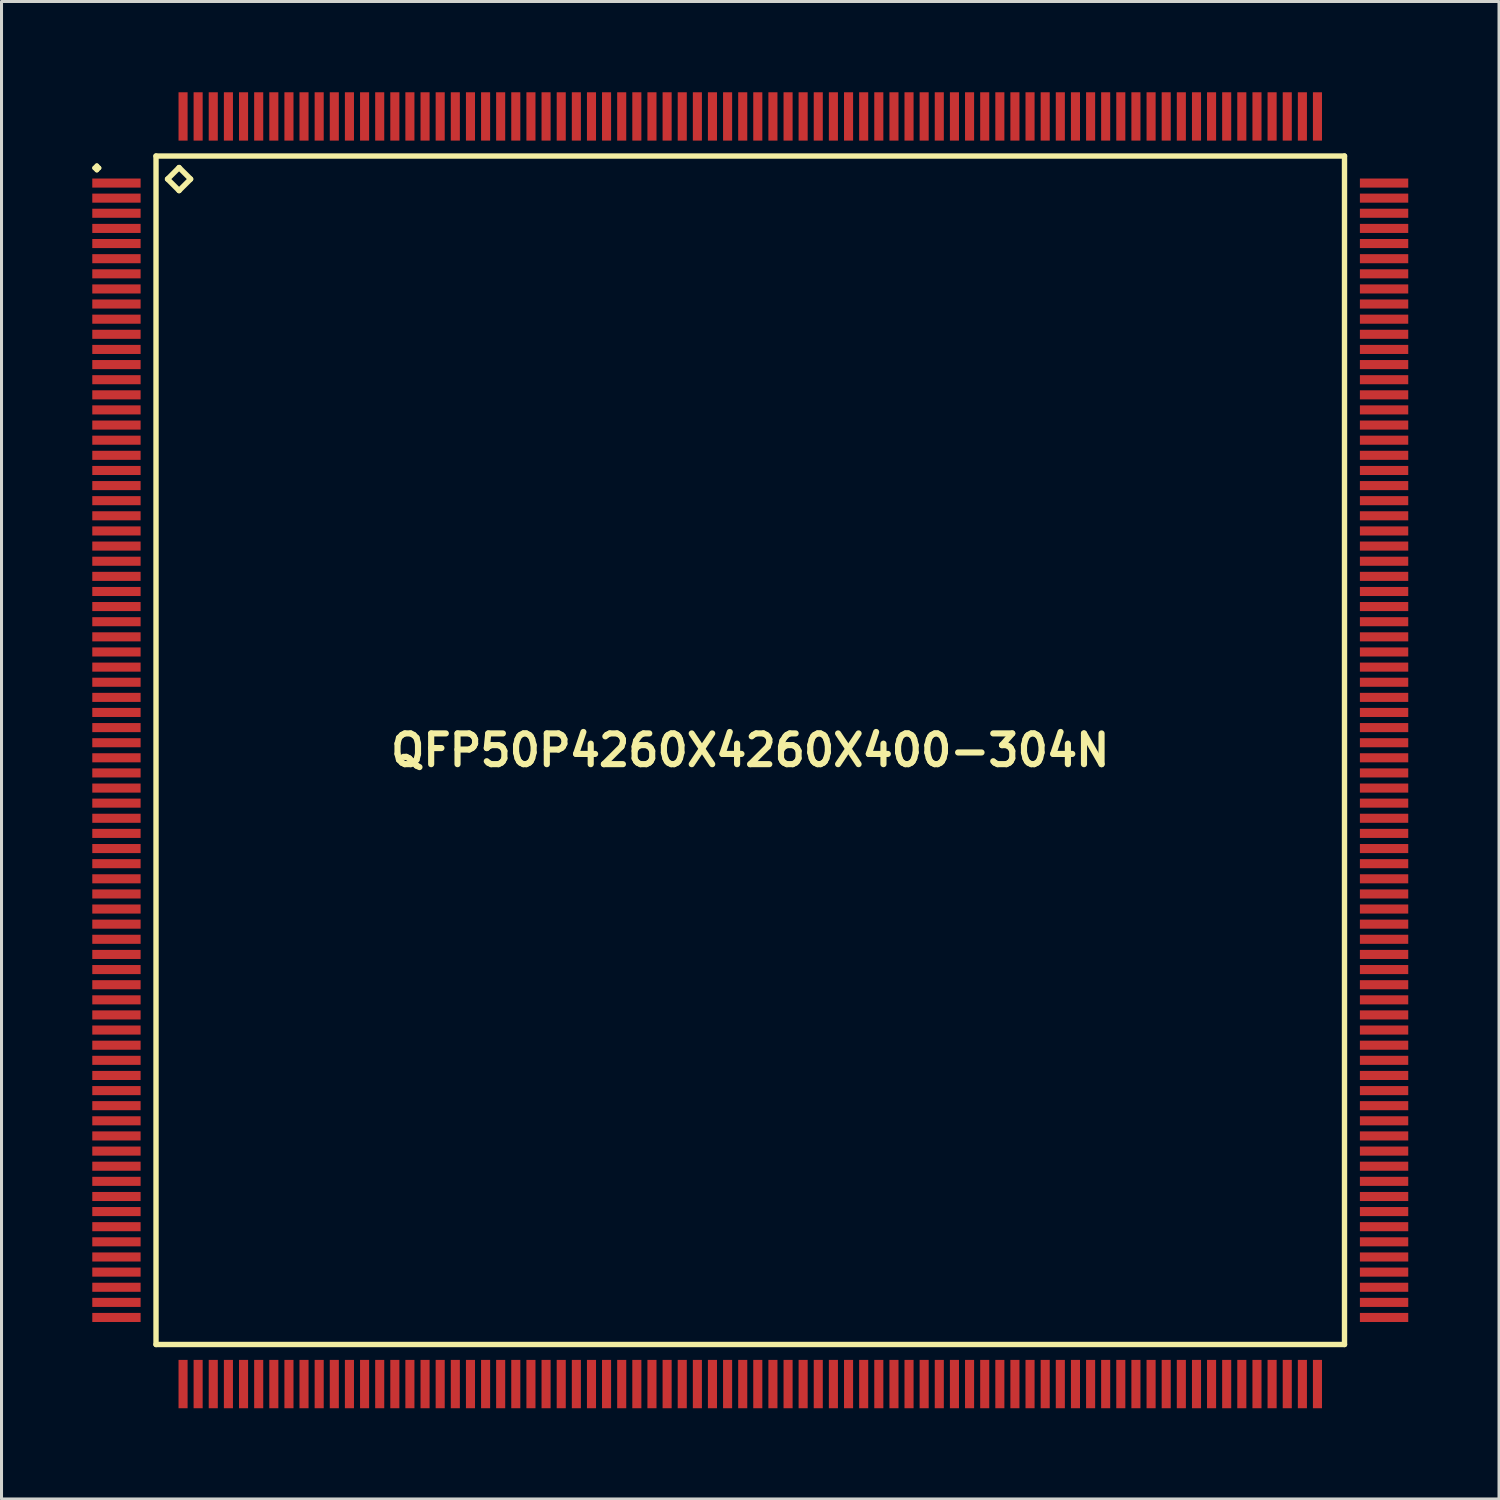
<source format=kicad_pcb>
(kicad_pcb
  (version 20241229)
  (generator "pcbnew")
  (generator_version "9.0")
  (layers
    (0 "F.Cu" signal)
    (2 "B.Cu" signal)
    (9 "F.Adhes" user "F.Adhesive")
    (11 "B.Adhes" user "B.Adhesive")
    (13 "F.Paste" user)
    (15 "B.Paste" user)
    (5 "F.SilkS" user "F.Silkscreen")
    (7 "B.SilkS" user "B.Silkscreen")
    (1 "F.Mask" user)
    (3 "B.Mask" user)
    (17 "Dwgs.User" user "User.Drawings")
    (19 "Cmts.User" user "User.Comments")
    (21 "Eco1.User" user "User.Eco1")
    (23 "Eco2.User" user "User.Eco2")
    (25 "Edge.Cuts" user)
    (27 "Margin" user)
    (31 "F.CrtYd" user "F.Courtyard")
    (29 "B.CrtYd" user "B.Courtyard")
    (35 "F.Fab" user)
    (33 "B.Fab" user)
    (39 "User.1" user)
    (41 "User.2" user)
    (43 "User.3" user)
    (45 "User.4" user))
  (footprint "QFP50P4260X4260X400-304N"
    (layer "F.Cu")
    (at 21.749 21.749)
    (property "Reference" "QFP50P4260X4260X400-304N" (at 0 0 0) (layer "F.SilkS") (effects (font (size 1.016 1.016) (thickness 0.203))))
    (attr smd)
    (fp_line (start -21.674 -19.248) (end -21.598 -19.324) (stroke (width 0.15) (type solid)) (layer "F.SilkS"))
    (fp_line (start -21.598 -19.324) (end -21.524 -19.248) (stroke (width 0.15) (type solid)) (layer "F.SilkS"))
    (fp_line (start -21.598 -19.174) (end -21.674 -19.248) (stroke (width 0.15) (type solid)) (layer "F.SilkS"))
    (fp_line (start -21.524 -19.248) (end -21.598 -19.174) (stroke (width 0.15) (type solid)) (layer "F.SilkS"))
    (fp_line (start -19.642 -19.642) (end -19.642 19.642) (stroke (width 0.178) (type solid)) (layer "F.SilkS"))
    (fp_line (start -19.642 19.642) (end 19.642 19.642) (stroke (width 0.178) (type solid)) (layer "F.SilkS"))
    (fp_line (start -19.261 -18.88) (end -18.88 -19.261) (stroke (width 0.178) (type solid)) (layer "F.SilkS"))
    (fp_line (start -18.88 -19.261) (end -18.499 -18.88) (stroke (width 0.178) (type solid)) (layer "F.SilkS"))
    (fp_line (start -18.88 -18.499) (end -19.261 -18.88) (stroke (width 0.178) (type solid)) (layer "F.SilkS"))
    (fp_line (start -18.499 -18.88) (end -18.88 -18.499) (stroke (width 0.178) (type solid)) (layer "F.SilkS"))
    (fp_line (start 19.642 -19.642) (end -19.642 -19.642) (stroke (width 0.178) (type solid)) (layer "F.SilkS"))
    (fp_line (start 19.642 19.642) (end 19.642 -19.642) (stroke (width 0.178) (type solid)) (layer "F.SilkS"))
    (pad "1" smd rect (at -20.95 -18.748) (size 1.598 0.3) (layers "F.Cu" "F.Mask" "F.Paste"))
    (pad "2" smd rect (at -20.95 -18.25) (size 1.598 0.3) (layers "F.Cu" "F.Mask" "F.Paste"))
    (pad "3" smd rect (at -20.95 -17.75) (size 1.598 0.3) (layers "F.Cu" "F.Mask" "F.Paste"))
    (pad "4" smd rect (at -20.95 -17.249) (size 1.598 0.3) (layers "F.Cu" "F.Mask" "F.Paste"))
    (pad "5" smd rect (at -20.95 -16.749) (size 1.598 0.3) (layers "F.Cu" "F.Mask" "F.Paste"))
    (pad "6" smd rect (at -20.95 -16.248) (size 1.598 0.3) (layers "F.Cu" "F.Mask" "F.Paste"))
    (pad "7" smd rect (at -20.95 -15.748) (size 1.598 0.3) (layers "F.Cu" "F.Mask" "F.Paste"))
    (pad "8" smd rect (at -20.95 -15.248) (size 1.598 0.3) (layers "F.Cu" "F.Mask" "F.Paste"))
    (pad "9" smd rect (at -20.95 -14.75) (size 1.598 0.3) (layers "F.Cu" "F.Mask" "F.Paste"))
    (pad "10" smd rect (at -20.95 -14.249) (size 1.598 0.3) (layers "F.Cu" "F.Mask" "F.Paste"))
    (pad "11" smd rect (at -20.95 -13.749) (size 1.598 0.3) (layers "F.Cu" "F.Mask" "F.Paste"))
    (pad "12" smd rect (at -20.95 -13.249) (size 1.598 0.3) (layers "F.Cu" "F.Mask" "F.Paste"))
    (pad "13" smd rect (at -20.95 -12.748) (size 1.598 0.3) (layers "F.Cu" "F.Mask" "F.Paste"))
    (pad "14" smd rect (at -20.95 -12.248) (size 1.598 0.3) (layers "F.Cu" "F.Mask" "F.Paste"))
    (pad "15" smd rect (at -20.95 -11.748) (size 1.598 0.3) (layers "F.Cu" "F.Mask" "F.Paste"))
    (pad "16" smd rect (at -20.95 -11.25) (size 1.598 0.3) (layers "F.Cu" "F.Mask" "F.Paste"))
    (pad "17" smd rect (at -20.95 -10.749) (size 1.598 0.3) (layers "F.Cu" "F.Mask" "F.Paste"))
    (pad "18" smd rect (at -20.95 -10.249) (size 1.598 0.3) (layers "F.Cu" "F.Mask" "F.Paste"))
    (pad "19" smd rect (at -20.95 -9.749) (size 1.598 0.3) (layers "F.Cu" "F.Mask" "F.Paste"))
    (pad "20" smd rect (at -20.95 -9.248) (size 1.598 0.3) (layers "F.Cu" "F.Mask" "F.Paste"))
    (pad "21" smd rect (at -20.95 -8.748) (size 1.598 0.3) (layers "F.Cu" "F.Mask" "F.Paste"))
    (pad "22" smd rect (at -20.95 -8.25) (size 1.598 0.3) (layers "F.Cu" "F.Mask" "F.Paste"))
    (pad "23" smd rect (at -20.95 -7.75) (size 1.598 0.3) (layers "F.Cu" "F.Mask" "F.Paste"))
    (pad "24" smd rect (at -20.95 -7.249) (size 1.598 0.3) (layers "F.Cu" "F.Mask" "F.Paste"))
    (pad "25" smd rect (at -20.95 -6.749) (size 1.598 0.3) (layers "F.Cu" "F.Mask" "F.Paste"))
    (pad "26" smd rect (at -20.95 -6.248) (size 1.598 0.3) (layers "F.Cu" "F.Mask" "F.Paste"))
    (pad "27" smd rect (at -20.95 -5.748) (size 1.598 0.3) (layers "F.Cu" "F.Mask" "F.Paste"))
    (pad "28" smd rect (at -20.95 -5.248) (size 1.598 0.3) (layers "F.Cu" "F.Mask" "F.Paste"))
    (pad "29" smd rect (at -20.95 -4.75) (size 1.598 0.3) (layers "F.Cu" "F.Mask" "F.Paste"))
    (pad "30" smd rect (at -20.95 -4.249) (size 1.598 0.3) (layers "F.Cu" "F.Mask" "F.Paste"))
    (pad "31" smd rect (at -20.95 -3.749) (size 1.598 0.3) (layers "F.Cu" "F.Mask" "F.Paste"))
    (pad "32" smd rect (at -20.95 -3.249) (size 1.598 0.3) (layers "F.Cu" "F.Mask" "F.Paste"))
    (pad "33" smd rect (at -20.95 -2.748) (size 1.598 0.3) (layers "F.Cu" "F.Mask" "F.Paste"))
    (pad "34" smd rect (at -20.95 -2.248) (size 1.598 0.3) (layers "F.Cu" "F.Mask" "F.Paste"))
    (pad "35" smd rect (at -20.95 -1.748) (size 1.598 0.3) (layers "F.Cu" "F.Mask" "F.Paste"))
    (pad "36" smd rect (at -20.95 -1.25) (size 1.598 0.3) (layers "F.Cu" "F.Mask" "F.Paste"))
    (pad "37" smd rect (at -20.95 -0.749) (size 1.598 0.3) (layers "F.Cu" "F.Mask" "F.Paste"))
    (pad "38" smd rect (at -20.95 -0.249) (size 1.598 0.3) (layers "F.Cu" "F.Mask" "F.Paste"))
    (pad "39" smd rect (at -20.95 0.249) (size 1.598 0.3) (layers "F.Cu" "F.Mask" "F.Paste"))
    (pad "40" smd rect (at -20.95 0.749) (size 1.598 0.3) (layers "F.Cu" "F.Mask" "F.Paste"))
    (pad "41" smd rect (at -20.95 1.25) (size 1.598 0.3) (layers "F.Cu" "F.Mask" "F.Paste"))
    (pad "42" smd rect (at -20.95 1.748) (size 1.598 0.3) (layers "F.Cu" "F.Mask" "F.Paste"))
    (pad "43" smd rect (at -20.95 2.248) (size 1.598 0.3) (layers "F.Cu" "F.Mask" "F.Paste"))
    (pad "44" smd rect (at -20.95 2.748) (size 1.598 0.3) (layers "F.Cu" "F.Mask" "F.Paste"))
    (pad "45" smd rect (at -20.95 3.249) (size 1.598 0.3) (layers "F.Cu" "F.Mask" "F.Paste"))
    (pad "46" smd rect (at -20.95 3.749) (size 1.598 0.3) (layers "F.Cu" "F.Mask" "F.Paste"))
    (pad "47" smd rect (at -20.95 4.249) (size 1.598 0.3) (layers "F.Cu" "F.Mask" "F.Paste"))
    (pad "48" smd rect (at -20.95 4.75) (size 1.598 0.3) (layers "F.Cu" "F.Mask" "F.Paste"))
    (pad "49" smd rect (at -20.95 5.248) (size 1.598 0.3) (layers "F.Cu" "F.Mask" "F.Paste"))
    (pad "50" smd rect (at -20.95 5.748) (size 1.598 0.3) (layers "F.Cu" "F.Mask" "F.Paste"))
    (pad "51" smd rect (at -20.95 6.248) (size 1.598 0.3) (layers "F.Cu" "F.Mask" "F.Paste"))
    (pad "52" smd rect (at -20.95 6.749) (size 1.598 0.3) (layers "F.Cu" "F.Mask" "F.Paste"))
    (pad "53" smd rect (at -20.95 7.249) (size 1.598 0.3) (layers "F.Cu" "F.Mask" "F.Paste"))
    (pad "54" smd rect (at -20.95 7.75) (size 1.598 0.3) (layers "F.Cu" "F.Mask" "F.Paste"))
    (pad "55" smd rect (at -20.95 8.25) (size 1.598 0.3) (layers "F.Cu" "F.Mask" "F.Paste"))
    (pad "56" smd rect (at -20.95 8.748) (size 1.598 0.3) (layers "F.Cu" "F.Mask" "F.Paste"))
    (pad "57" smd rect (at -20.95 9.248) (size 1.598 0.3) (layers "F.Cu" "F.Mask" "F.Paste"))
    (pad "58" smd rect (at -20.95 9.749) (size 1.598 0.3) (layers "F.Cu" "F.Mask" "F.Paste"))
    (pad "59" smd rect (at -20.95 10.249) (size 1.598 0.3) (layers "F.Cu" "F.Mask" "F.Paste"))
    (pad "60" smd rect (at -20.95 10.749) (size 1.598 0.3) (layers "F.Cu" "F.Mask" "F.Paste"))
    (pad "61" smd rect (at -20.95 11.25) (size 1.598 0.3) (layers "F.Cu" "F.Mask" "F.Paste"))
    (pad "62" smd rect (at -20.95 11.748) (size 1.598 0.3) (layers "F.Cu" "F.Mask" "F.Paste"))
    (pad "63" smd rect (at -20.95 12.248) (size 1.598 0.3) (layers "F.Cu" "F.Mask" "F.Paste"))
    (pad "64" smd rect (at -20.95 12.748) (size 1.598 0.3) (layers "F.Cu" "F.Mask" "F.Paste"))
    (pad "65" smd rect (at -20.95 13.249) (size 1.598 0.3) (layers "F.Cu" "F.Mask" "F.Paste"))
    (pad "66" smd rect (at -20.95 13.749) (size 1.598 0.3) (layers "F.Cu" "F.Mask" "F.Paste"))
    (pad "67" smd rect (at -20.95 14.249) (size 1.598 0.3) (layers "F.Cu" "F.Mask" "F.Paste"))
    (pad "68" smd rect (at -20.95 14.75) (size 1.598 0.3) (layers "F.Cu" "F.Mask" "F.Paste"))
    (pad "69" smd rect (at -20.95 15.248) (size 1.598 0.3) (layers "F.Cu" "F.Mask" "F.Paste"))
    (pad "70" smd rect (at -20.95 15.748) (size 1.598 0.3) (layers "F.Cu" "F.Mask" "F.Paste"))
    (pad "71" smd rect (at -20.95 16.248) (size 1.598 0.3) (layers "F.Cu" "F.Mask" "F.Paste"))
    (pad "72" smd rect (at -20.95 16.749) (size 1.598 0.3) (layers "F.Cu" "F.Mask" "F.Paste"))
    (pad "73" smd rect (at -20.95 17.249) (size 1.598 0.3) (layers "F.Cu" "F.Mask" "F.Paste"))
    (pad "74" smd rect (at -20.95 17.75) (size 1.598 0.3) (layers "F.Cu" "F.Mask" "F.Paste"))
    (pad "75" smd rect (at -20.95 18.25) (size 1.598 0.3) (layers "F.Cu" "F.Mask" "F.Paste"))
    (pad "76" smd rect (at -20.95 18.748) (size 1.598 0.3) (layers "F.Cu" "F.Mask" "F.Paste"))
    (pad "77" smd rect (at -18.748 20.95) (size 0.3 1.598) (layers "F.Cu" "F.Mask" "F.Paste"))
    (pad "78" smd rect (at -18.25 20.95) (size 0.3 1.598) (layers "F.Cu" "F.Mask" "F.Paste"))
    (pad "79" smd rect (at -17.75 20.95) (size 0.3 1.598) (layers "F.Cu" "F.Mask" "F.Paste"))
    (pad "80" smd rect (at -17.249 20.95) (size 0.3 1.598) (layers "F.Cu" "F.Mask" "F.Paste"))
    (pad "81" smd rect (at -16.749 20.95) (size 0.3 1.598) (layers "F.Cu" "F.Mask" "F.Paste"))
    (pad "82" smd rect (at -16.248 20.95) (size 0.3 1.598) (layers "F.Cu" "F.Mask" "F.Paste"))
    (pad "83" smd rect (at -15.748 20.95) (size 0.3 1.598) (layers "F.Cu" "F.Mask" "F.Paste"))
    (pad "84" smd rect (at -15.248 20.95) (size 0.3 1.598) (layers "F.Cu" "F.Mask" "F.Paste"))
    (pad "85" smd rect (at -14.75 20.95) (size 0.3 1.598) (layers "F.Cu" "F.Mask" "F.Paste"))
    (pad "86" smd rect (at -14.249 20.95) (size 0.3 1.598) (layers "F.Cu" "F.Mask" "F.Paste"))
    (pad "87" smd rect (at -13.749 20.95) (size 0.3 1.598) (layers "F.Cu" "F.Mask" "F.Paste"))
    (pad "88" smd rect (at -13.249 20.95) (size 0.3 1.598) (layers "F.Cu" "F.Mask" "F.Paste"))
    (pad "89" smd rect (at -12.748 20.95) (size 0.3 1.598) (layers "F.Cu" "F.Mask" "F.Paste"))
    (pad "90" smd rect (at -12.248 20.95) (size 0.3 1.598) (layers "F.Cu" "F.Mask" "F.Paste"))
    (pad "91" smd rect (at -11.748 20.95) (size 0.3 1.598) (layers "F.Cu" "F.Mask" "F.Paste"))
    (pad "92" smd rect (at -11.25 20.95) (size 0.3 1.598) (layers "F.Cu" "F.Mask" "F.Paste"))
    (pad "93" smd rect (at -10.749 20.95) (size 0.3 1.598) (layers "F.Cu" "F.Mask" "F.Paste"))
    (pad "94" smd rect (at -10.249 20.95) (size 0.3 1.598) (layers "F.Cu" "F.Mask" "F.Paste"))
    (pad "95" smd rect (at -9.749 20.95) (size 0.3 1.598) (layers "F.Cu" "F.Mask" "F.Paste"))
    (pad "96" smd rect (at -9.248 20.95) (size 0.3 1.598) (layers "F.Cu" "F.Mask" "F.Paste"))
    (pad "97" smd rect (at -8.748 20.95) (size 0.3 1.598) (layers "F.Cu" "F.Mask" "F.Paste"))
    (pad "98" smd rect (at -8.25 20.95) (size 0.3 1.598) (layers "F.Cu" "F.Mask" "F.Paste"))
    (pad "99" smd rect (at -7.75 20.95) (size 0.3 1.598) (layers "F.Cu" "F.Mask" "F.Paste"))
    (pad "100" smd rect (at -7.249 20.95) (size 0.3 1.598) (layers "F.Cu" "F.Mask" "F.Paste"))
    (pad "101" smd rect (at -6.749 20.95) (size 0.3 1.598) (layers "F.Cu" "F.Mask" "F.Paste"))
    (pad "102" smd rect (at -6.248 20.95) (size 0.3 1.598) (layers "F.Cu" "F.Mask" "F.Paste"))
    (pad "103" smd rect (at -5.748 20.95) (size 0.3 1.598) (layers "F.Cu" "F.Mask" "F.Paste"))
    (pad "104" smd rect (at -5.248 20.95) (size 0.3 1.598) (layers "F.Cu" "F.Mask" "F.Paste"))
    (pad "105" smd rect (at -4.75 20.95) (size 0.3 1.598) (layers "F.Cu" "F.Mask" "F.Paste"))
    (pad "106" smd rect (at -4.249 20.95) (size 0.3 1.598) (layers "F.Cu" "F.Mask" "F.Paste"))
    (pad "107" smd rect (at -3.749 20.95) (size 0.3 1.598) (layers "F.Cu" "F.Mask" "F.Paste"))
    (pad "108" smd rect (at -3.249 20.95) (size 0.3 1.598) (layers "F.Cu" "F.Mask" "F.Paste"))
    (pad "109" smd rect (at -2.748 20.95) (size 0.3 1.598) (layers "F.Cu" "F.Mask" "F.Paste"))
    (pad "110" smd rect (at -2.248 20.95) (size 0.3 1.598) (layers "F.Cu" "F.Mask" "F.Paste"))
    (pad "111" smd rect (at -1.748 20.95) (size 0.3 1.598) (layers "F.Cu" "F.Mask" "F.Paste"))
    (pad "112" smd rect (at -1.25 20.95) (size 0.3 1.598) (layers "F.Cu" "F.Mask" "F.Paste"))
    (pad "113" smd rect (at -0.749 20.95) (size 0.3 1.598) (layers "F.Cu" "F.Mask" "F.Paste"))
    (pad "114" smd rect (at -0.249 20.95) (size 0.3 1.598) (layers "F.Cu" "F.Mask" "F.Paste"))
    (pad "115" smd rect (at 0.249 20.95) (size 0.3 1.598) (layers "F.Cu" "F.Mask" "F.Paste"))
    (pad "116" smd rect (at 0.749 20.95) (size 0.3 1.598) (layers "F.Cu" "F.Mask" "F.Paste"))
    (pad "117" smd rect (at 1.25 20.95) (size 0.3 1.598) (layers "F.Cu" "F.Mask" "F.Paste"))
    (pad "118" smd rect (at 1.748 20.95) (size 0.3 1.598) (layers "F.Cu" "F.Mask" "F.Paste"))
    (pad "119" smd rect (at 2.248 20.95) (size 0.3 1.598) (layers "F.Cu" "F.Mask" "F.Paste"))
    (pad "120" smd rect (at 2.748 20.95) (size 0.3 1.598) (layers "F.Cu" "F.Mask" "F.Paste"))
    (pad "121" smd rect (at 3.249 20.95) (size 0.3 1.598) (layers "F.Cu" "F.Mask" "F.Paste"))
    (pad "122" smd rect (at 3.749 20.95) (size 0.3 1.598) (layers "F.Cu" "F.Mask" "F.Paste"))
    (pad "123" smd rect (at 4.249 20.95) (size 0.3 1.598) (layers "F.Cu" "F.Mask" "F.Paste"))
    (pad "124" smd rect (at 4.75 20.95) (size 0.3 1.598) (layers "F.Cu" "F.Mask" "F.Paste"))
    (pad "125" smd rect (at 5.248 20.95) (size 0.3 1.598) (layers "F.Cu" "F.Mask" "F.Paste"))
    (pad "126" smd rect (at 5.748 20.95) (size 0.3 1.598) (layers "F.Cu" "F.Mask" "F.Paste"))
    (pad "127" smd rect (at 6.248 20.95) (size 0.3 1.598) (layers "F.Cu" "F.Mask" "F.Paste"))
    (pad "128" smd rect (at 6.749 20.95) (size 0.3 1.598) (layers "F.Cu" "F.Mask" "F.Paste"))
    (pad "129" smd rect (at 7.249 20.95) (size 0.3 1.598) (layers "F.Cu" "F.Mask" "F.Paste"))
    (pad "130" smd rect (at 7.75 20.95) (size 0.3 1.598) (layers "F.Cu" "F.Mask" "F.Paste"))
    (pad "131" smd rect (at 8.25 20.95) (size 0.3 1.598) (layers "F.Cu" "F.Mask" "F.Paste"))
    (pad "132" smd rect (at 8.748 20.95) (size 0.3 1.598) (layers "F.Cu" "F.Mask" "F.Paste"))
    (pad "133" smd rect (at 9.248 20.95) (size 0.3 1.598) (layers "F.Cu" "F.Mask" "F.Paste"))
    (pad "134" smd rect (at 9.749 20.95) (size 0.3 1.598) (layers "F.Cu" "F.Mask" "F.Paste"))
    (pad "135" smd rect (at 10.249 20.95) (size 0.3 1.598) (layers "F.Cu" "F.Mask" "F.Paste"))
    (pad "136" smd rect (at 10.749 20.95) (size 0.3 1.598) (layers "F.Cu" "F.Mask" "F.Paste"))
    (pad "137" smd rect (at 11.25 20.95) (size 0.3 1.598) (layers "F.Cu" "F.Mask" "F.Paste"))
    (pad "138" smd rect (at 11.748 20.95) (size 0.3 1.598) (layers "F.Cu" "F.Mask" "F.Paste"))
    (pad "139" smd rect (at 12.248 20.95) (size 0.3 1.598) (layers "F.Cu" "F.Mask" "F.Paste"))
    (pad "140" smd rect (at 12.748 20.95) (size 0.3 1.598) (layers "F.Cu" "F.Mask" "F.Paste"))
    (pad "141" smd rect (at 13.249 20.95) (size 0.3 1.598) (layers "F.Cu" "F.Mask" "F.Paste"))
    (pad "142" smd rect (at 13.749 20.95) (size 0.3 1.598) (layers "F.Cu" "F.Mask" "F.Paste"))
    (pad "143" smd rect (at 14.249 20.95) (size 0.3 1.598) (layers "F.Cu" "F.Mask" "F.Paste"))
    (pad "144" smd rect (at 14.75 20.95) (size 0.3 1.598) (layers "F.Cu" "F.Mask" "F.Paste"))
    (pad "145" smd rect (at 15.248 20.95) (size 0.3 1.598) (layers "F.Cu" "F.Mask" "F.Paste"))
    (pad "146" smd rect (at 15.748 20.95) (size 0.3 1.598) (layers "F.Cu" "F.Mask" "F.Paste"))
    (pad "147" smd rect (at 16.248 20.95) (size 0.3 1.598) (layers "F.Cu" "F.Mask" "F.Paste"))
    (pad "148" smd rect (at 16.749 20.95) (size 0.3 1.598) (layers "F.Cu" "F.Mask" "F.Paste"))
    (pad "149" smd rect (at 17.249 20.95) (size 0.3 1.598) (layers "F.Cu" "F.Mask" "F.Paste"))
    (pad "150" smd rect (at 17.75 20.95) (size 0.3 1.598) (layers "F.Cu" "F.Mask" "F.Paste"))
    (pad "151" smd rect (at 18.25 20.95) (size 0.3 1.598) (layers "F.Cu" "F.Mask" "F.Paste"))
    (pad "152" smd rect (at 18.748 20.95) (size 0.3 1.598) (layers "F.Cu" "F.Mask" "F.Paste"))
    (pad "153" smd rect (at 20.95 18.748) (size 1.598 0.3) (layers "F.Cu" "F.Mask" "F.Paste"))
    (pad "154" smd rect (at 20.95 18.25) (size 1.598 0.3) (layers "F.Cu" "F.Mask" "F.Paste"))
    (pad "155" smd rect (at 20.95 17.75) (size 1.598 0.3) (layers "F.Cu" "F.Mask" "F.Paste"))
    (pad "156" smd rect (at 20.95 17.249) (size 1.598 0.3) (layers "F.Cu" "F.Mask" "F.Paste"))
    (pad "157" smd rect (at 20.95 16.749) (size 1.598 0.3) (layers "F.Cu" "F.Mask" "F.Paste"))
    (pad "158" smd rect (at 20.95 16.248) (size 1.598 0.3) (layers "F.Cu" "F.Mask" "F.Paste"))
    (pad "159" smd rect (at 20.95 15.748) (size 1.598 0.3) (layers "F.Cu" "F.Mask" "F.Paste"))
    (pad "160" smd rect (at 20.95 15.248) (size 1.598 0.3) (layers "F.Cu" "F.Mask" "F.Paste"))
    (pad "161" smd rect (at 20.95 14.75) (size 1.598 0.3) (layers "F.Cu" "F.Mask" "F.Paste"))
    (pad "162" smd rect (at 20.95 14.249) (size 1.598 0.3) (layers "F.Cu" "F.Mask" "F.Paste"))
    (pad "163" smd rect (at 20.95 13.749) (size 1.598 0.3) (layers "F.Cu" "F.Mask" "F.Paste"))
    (pad "164" smd rect (at 20.95 13.249) (size 1.598 0.3) (layers "F.Cu" "F.Mask" "F.Paste"))
    (pad "165" smd rect (at 20.95 12.748) (size 1.598 0.3) (layers "F.Cu" "F.Mask" "F.Paste"))
    (pad "166" smd rect (at 20.95 12.248) (size 1.598 0.3) (layers "F.Cu" "F.Mask" "F.Paste"))
    (pad "167" smd rect (at 20.95 11.748) (size 1.598 0.3) (layers "F.Cu" "F.Mask" "F.Paste"))
    (pad "168" smd rect (at 20.95 11.25) (size 1.598 0.3) (layers "F.Cu" "F.Mask" "F.Paste"))
    (pad "169" smd rect (at 20.95 10.749) (size 1.598 0.3) (layers "F.Cu" "F.Mask" "F.Paste"))
    (pad "170" smd rect (at 20.95 10.249) (size 1.598 0.3) (layers "F.Cu" "F.Mask" "F.Paste"))
    (pad "171" smd rect (at 20.95 9.749) (size 1.598 0.3) (layers "F.Cu" "F.Mask" "F.Paste"))
    (pad "172" smd rect (at 20.95 9.248) (size 1.598 0.3) (layers "F.Cu" "F.Mask" "F.Paste"))
    (pad "173" smd rect (at 20.95 8.748) (size 1.598 0.3) (layers "F.Cu" "F.Mask" "F.Paste"))
    (pad "174" smd rect (at 20.95 8.25) (size 1.598 0.3) (layers "F.Cu" "F.Mask" "F.Paste"))
    (pad "175" smd rect (at 20.95 7.75) (size 1.598 0.3) (layers "F.Cu" "F.Mask" "F.Paste"))
    (pad "176" smd rect (at 20.95 7.249) (size 1.598 0.3) (layers "F.Cu" "F.Mask" "F.Paste"))
    (pad "177" smd rect (at 20.95 6.749) (size 1.598 0.3) (layers "F.Cu" "F.Mask" "F.Paste"))
    (pad "178" smd rect (at 20.95 6.248) (size 1.598 0.3) (layers "F.Cu" "F.Mask" "F.Paste"))
    (pad "179" smd rect (at 20.95 5.748) (size 1.598 0.3) (layers "F.Cu" "F.Mask" "F.Paste"))
    (pad "180" smd rect (at 20.95 5.248) (size 1.598 0.3) (layers "F.Cu" "F.Mask" "F.Paste"))
    (pad "181" smd rect (at 20.95 4.75) (size 1.598 0.3) (layers "F.Cu" "F.Mask" "F.Paste"))
    (pad "182" smd rect (at 20.95 4.249) (size 1.598 0.3) (layers "F.Cu" "F.Mask" "F.Paste"))
    (pad "183" smd rect (at 20.95 3.749) (size 1.598 0.3) (layers "F.Cu" "F.Mask" "F.Paste"))
    (pad "184" smd rect (at 20.95 3.249) (size 1.598 0.3) (layers "F.Cu" "F.Mask" "F.Paste"))
    (pad "185" smd rect (at 20.95 2.748) (size 1.598 0.3) (layers "F.Cu" "F.Mask" "F.Paste"))
    (pad "186" smd rect (at 20.95 2.248) (size 1.598 0.3) (layers "F.Cu" "F.Mask" "F.Paste"))
    (pad "187" smd rect (at 20.95 1.748) (size 1.598 0.3) (layers "F.Cu" "F.Mask" "F.Paste"))
    (pad "188" smd rect (at 20.95 1.25) (size 1.598 0.3) (layers "F.Cu" "F.Mask" "F.Paste"))
    (pad "189" smd rect (at 20.95 0.749) (size 1.598 0.3) (layers "F.Cu" "F.Mask" "F.Paste"))
    (pad "190" smd rect (at 20.95 0.249) (size 1.598 0.3) (layers "F.Cu" "F.Mask" "F.Paste"))
    (pad "191" smd rect (at 20.95 -0.249) (size 1.598 0.3) (layers "F.Cu" "F.Mask" "F.Paste"))
    (pad "192" smd rect (at 20.95 -0.749) (size 1.598 0.3) (layers "F.Cu" "F.Mask" "F.Paste"))
    (pad "193" smd rect (at 20.95 -1.25) (size 1.598 0.3) (layers "F.Cu" "F.Mask" "F.Paste"))
    (pad "194" smd rect (at 20.95 -1.748) (size 1.598 0.3) (layers "F.Cu" "F.Mask" "F.Paste"))
    (pad "195" smd rect (at 20.95 -2.248) (size 1.598 0.3) (layers "F.Cu" "F.Mask" "F.Paste"))
    (pad "196" smd rect (at 20.95 -2.748) (size 1.598 0.3) (layers "F.Cu" "F.Mask" "F.Paste"))
    (pad "197" smd rect (at 20.95 -3.249) (size 1.598 0.3) (layers "F.Cu" "F.Mask" "F.Paste"))
    (pad "198" smd rect (at 20.95 -3.749) (size 1.598 0.3) (layers "F.Cu" "F.Mask" "F.Paste"))
    (pad "199" smd rect (at 20.95 -4.249) (size 1.598 0.3) (layers "F.Cu" "F.Mask" "F.Paste"))
    (pad "200" smd rect (at 20.95 -4.75) (size 1.598 0.3) (layers "F.Cu" "F.Mask" "F.Paste"))
    (pad "201" smd rect (at 20.95 -5.248) (size 1.598 0.3) (layers "F.Cu" "F.Mask" "F.Paste"))
    (pad "202" smd rect (at 20.95 -5.748) (size 1.598 0.3) (layers "F.Cu" "F.Mask" "F.Paste"))
    (pad "203" smd rect (at 20.95 -6.248) (size 1.598 0.3) (layers "F.Cu" "F.Mask" "F.Paste"))
    (pad "204" smd rect (at 20.95 -6.749) (size 1.598 0.3) (layers "F.Cu" "F.Mask" "F.Paste"))
    (pad "205" smd rect (at 20.95 -7.249) (size 1.598 0.3) (layers "F.Cu" "F.Mask" "F.Paste"))
    (pad "206" smd rect (at 20.95 -7.75) (size 1.598 0.3) (layers "F.Cu" "F.Mask" "F.Paste"))
    (pad "207" smd rect (at 20.95 -8.25) (size 1.598 0.3) (layers "F.Cu" "F.Mask" "F.Paste"))
    (pad "208" smd rect (at 20.95 -8.748) (size 1.598 0.3) (layers "F.Cu" "F.Mask" "F.Paste"))
    (pad "209" smd rect (at 20.95 -9.248) (size 1.598 0.3) (layers "F.Cu" "F.Mask" "F.Paste"))
    (pad "210" smd rect (at 20.95 -9.749) (size 1.598 0.3) (layers "F.Cu" "F.Mask" "F.Paste"))
    (pad "211" smd rect (at 20.95 -10.249) (size 1.598 0.3) (layers "F.Cu" "F.Mask" "F.Paste"))
    (pad "212" smd rect (at 20.95 -10.749) (size 1.598 0.3) (layers "F.Cu" "F.Mask" "F.Paste"))
    (pad "213" smd rect (at 20.95 -11.25) (size 1.598 0.3) (layers "F.Cu" "F.Mask" "F.Paste"))
    (pad "214" smd rect (at 20.95 -11.748) (size 1.598 0.3) (layers "F.Cu" "F.Mask" "F.Paste"))
    (pad "215" smd rect (at 20.95 -12.248) (size 1.598 0.3) (layers "F.Cu" "F.Mask" "F.Paste"))
    (pad "216" smd rect (at 20.95 -12.748) (size 1.598 0.3) (layers "F.Cu" "F.Mask" "F.Paste"))
    (pad "217" smd rect (at 20.95 -13.249) (size 1.598 0.3) (layers "F.Cu" "F.Mask" "F.Paste"))
    (pad "218" smd rect (at 20.95 -13.749) (size 1.598 0.3) (layers "F.Cu" "F.Mask" "F.Paste"))
    (pad "219" smd rect (at 20.95 -14.249) (size 1.598 0.3) (layers "F.Cu" "F.Mask" "F.Paste"))
    (pad "220" smd rect (at 20.95 -14.75) (size 1.598 0.3) (layers "F.Cu" "F.Mask" "F.Paste"))
    (pad "221" smd rect (at 20.95 -15.248) (size 1.598 0.3) (layers "F.Cu" "F.Mask" "F.Paste"))
    (pad "222" smd rect (at 20.95 -15.748) (size 1.598 0.3) (layers "F.Cu" "F.Mask" "F.Paste"))
    (pad "223" smd rect (at 20.95 -16.248) (size 1.598 0.3) (layers "F.Cu" "F.Mask" "F.Paste"))
    (pad "224" smd rect (at 20.95 -16.749) (size 1.598 0.3) (layers "F.Cu" "F.Mask" "F.Paste"))
    (pad "225" smd rect (at 20.95 -17.249) (size 1.598 0.3) (layers "F.Cu" "F.Mask" "F.Paste"))
    (pad "226" smd rect (at 20.95 -17.75) (size 1.598 0.3) (layers "F.Cu" "F.Mask" "F.Paste"))
    (pad "227" smd rect (at 20.95 -18.25) (size 1.598 0.3) (layers "F.Cu" "F.Mask" "F.Paste"))
    (pad "228" smd rect (at 20.95 -18.748) (size 1.598 0.3) (layers "F.Cu" "F.Mask" "F.Paste"))
    (pad "229" smd rect (at 18.748 -20.95) (size 0.3 1.598) (layers "F.Cu" "F.Mask" "F.Paste"))
    (pad "230" smd rect (at 18.25 -20.95) (size 0.3 1.598) (layers "F.Cu" "F.Mask" "F.Paste"))
    (pad "231" smd rect (at 17.75 -20.95) (size 0.3 1.598) (layers "F.Cu" "F.Mask" "F.Paste"))
    (pad "232" smd rect (at 17.249 -20.95) (size 0.3 1.598) (layers "F.Cu" "F.Mask" "F.Paste"))
    (pad "233" smd rect (at 16.749 -20.95) (size 0.3 1.598) (layers "F.Cu" "F.Mask" "F.Paste"))
    (pad "234" smd rect (at 16.248 -20.95) (size 0.3 1.598) (layers "F.Cu" "F.Mask" "F.Paste"))
    (pad "235" smd rect (at 15.748 -20.95) (size 0.3 1.598) (layers "F.Cu" "F.Mask" "F.Paste"))
    (pad "236" smd rect (at 15.248 -20.95) (size 0.3 1.598) (layers "F.Cu" "F.Mask" "F.Paste"))
    (pad "237" smd rect (at 14.75 -20.95) (size 0.3 1.598) (layers "F.Cu" "F.Mask" "F.Paste"))
    (pad "238" smd rect (at 14.249 -20.95) (size 0.3 1.598) (layers "F.Cu" "F.Mask" "F.Paste"))
    (pad "239" smd rect (at 13.749 -20.95) (size 0.3 1.598) (layers "F.Cu" "F.Mask" "F.Paste"))
    (pad "240" smd rect (at 13.249 -20.95) (size 0.3 1.598) (layers "F.Cu" "F.Mask" "F.Paste"))
    (pad "241" smd rect (at 12.748 -20.95) (size 0.3 1.598) (layers "F.Cu" "F.Mask" "F.Paste"))
    (pad "242" smd rect (at 12.248 -20.95) (size 0.3 1.598) (layers "F.Cu" "F.Mask" "F.Paste"))
    (pad "243" smd rect (at 11.748 -20.95) (size 0.3 1.598) (layers "F.Cu" "F.Mask" "F.Paste"))
    (pad "244" smd rect (at 11.25 -20.95) (size 0.3 1.598) (layers "F.Cu" "F.Mask" "F.Paste"))
    (pad "245" smd rect (at 10.749 -20.95) (size 0.3 1.598) (layers "F.Cu" "F.Mask" "F.Paste"))
    (pad "246" smd rect (at 10.249 -20.95) (size 0.3 1.598) (layers "F.Cu" "F.Mask" "F.Paste"))
    (pad "247" smd rect (at 9.749 -20.95) (size 0.3 1.598) (layers "F.Cu" "F.Mask" "F.Paste"))
    (pad "248" smd rect (at 9.248 -20.95) (size 0.3 1.598) (layers "F.Cu" "F.Mask" "F.Paste"))
    (pad "249" smd rect (at 8.748 -20.95) (size 0.3 1.598) (layers "F.Cu" "F.Mask" "F.Paste"))
    (pad "250" smd rect (at 8.25 -20.95) (size 0.3 1.598) (layers "F.Cu" "F.Mask" "F.Paste"))
    (pad "251" smd rect (at 7.75 -20.95) (size 0.3 1.598) (layers "F.Cu" "F.Mask" "F.Paste"))
    (pad "252" smd rect (at 7.249 -20.95) (size 0.3 1.598) (layers "F.Cu" "F.Mask" "F.Paste"))
    (pad "253" smd rect (at 6.749 -20.95) (size 0.3 1.598) (layers "F.Cu" "F.Mask" "F.Paste"))
    (pad "254" smd rect (at 6.248 -20.95) (size 0.3 1.598) (layers "F.Cu" "F.Mask" "F.Paste"))
    (pad "255" smd rect (at 5.748 -20.95) (size 0.3 1.598) (layers "F.Cu" "F.Mask" "F.Paste"))
    (pad "256" smd rect (at 5.248 -20.95) (size 0.3 1.598) (layers "F.Cu" "F.Mask" "F.Paste"))
    (pad "257" smd rect (at 4.75 -20.95) (size 0.3 1.598) (layers "F.Cu" "F.Mask" "F.Paste"))
    (pad "258" smd rect (at 4.249 -20.95) (size 0.3 1.598) (layers "F.Cu" "F.Mask" "F.Paste"))
    (pad "259" smd rect (at 3.749 -20.95) (size 0.3 1.598) (layers "F.Cu" "F.Mask" "F.Paste"))
    (pad "260" smd rect (at 3.249 -20.95) (size 0.3 1.598) (layers "F.Cu" "F.Mask" "F.Paste"))
    (pad "261" smd rect (at 2.748 -20.95) (size 0.3 1.598) (layers "F.Cu" "F.Mask" "F.Paste"))
    (pad "262" smd rect (at 2.248 -20.95) (size 0.3 1.598) (layers "F.Cu" "F.Mask" "F.Paste"))
    (pad "263" smd rect (at 1.748 -20.95) (size 0.3 1.598) (layers "F.Cu" "F.Mask" "F.Paste"))
    (pad "264" smd rect (at 1.25 -20.95) (size 0.3 1.598) (layers "F.Cu" "F.Mask" "F.Paste"))
    (pad "265" smd rect (at 0.749 -20.95) (size 0.3 1.598) (layers "F.Cu" "F.Mask" "F.Paste"))
    (pad "266" smd rect (at 0.249 -20.95) (size 0.3 1.598) (layers "F.Cu" "F.Mask" "F.Paste"))
    (pad "267" smd rect (at -0.249 -20.95) (size 0.3 1.598) (layers "F.Cu" "F.Mask" "F.Paste"))
    (pad "268" smd rect (at -0.749 -20.95) (size 0.3 1.598) (layers "F.Cu" "F.Mask" "F.Paste"))
    (pad "269" smd rect (at -1.25 -20.95) (size 0.3 1.598) (layers "F.Cu" "F.Mask" "F.Paste"))
    (pad "270" smd rect (at -1.748 -20.95) (size 0.3 1.598) (layers "F.Cu" "F.Mask" "F.Paste"))
    (pad "271" smd rect (at -2.248 -20.95) (size 0.3 1.598) (layers "F.Cu" "F.Mask" "F.Paste"))
    (pad "272" smd rect (at -2.748 -20.95) (size 0.3 1.598) (layers "F.Cu" "F.Mask" "F.Paste"))
    (pad "273" smd rect (at -3.249 -20.95) (size 0.3 1.598) (layers "F.Cu" "F.Mask" "F.Paste"))
    (pad "274" smd rect (at -3.749 -20.95) (size 0.3 1.598) (layers "F.Cu" "F.Mask" "F.Paste"))
    (pad "275" smd rect (at -4.249 -20.95) (size 0.3 1.598) (layers "F.Cu" "F.Mask" "F.Paste"))
    (pad "276" smd rect (at -4.75 -20.95) (size 0.3 1.598) (layers "F.Cu" "F.Mask" "F.Paste"))
    (pad "277" smd rect (at -5.248 -20.95) (size 0.3 1.598) (layers "F.Cu" "F.Mask" "F.Paste"))
    (pad "278" smd rect (at -5.748 -20.95) (size 0.3 1.598) (layers "F.Cu" "F.Mask" "F.Paste"))
    (pad "279" smd rect (at -6.248 -20.95) (size 0.3 1.598) (layers "F.Cu" "F.Mask" "F.Paste"))
    (pad "280" smd rect (at -6.749 -20.95) (size 0.3 1.598) (layers "F.Cu" "F.Mask" "F.Paste"))
    (pad "281" smd rect (at -7.249 -20.95) (size 0.3 1.598) (layers "F.Cu" "F.Mask" "F.Paste"))
    (pad "282" smd rect (at -7.75 -20.95) (size 0.3 1.598) (layers "F.Cu" "F.Mask" "F.Paste"))
    (pad "283" smd rect (at -8.25 -20.95) (size 0.3 1.598) (layers "F.Cu" "F.Mask" "F.Paste"))
    (pad "284" smd rect (at -8.748 -20.95) (size 0.3 1.598) (layers "F.Cu" "F.Mask" "F.Paste"))
    (pad "285" smd rect (at -9.248 -20.95) (size 0.3 1.598) (layers "F.Cu" "F.Mask" "F.Paste"))
    (pad "286" smd rect (at -9.749 -20.95) (size 0.3 1.598) (layers "F.Cu" "F.Mask" "F.Paste"))
    (pad "287" smd rect (at -10.249 -20.95) (size 0.3 1.598) (layers "F.Cu" "F.Mask" "F.Paste"))
    (pad "288" smd rect (at -10.749 -20.95) (size 0.3 1.598) (layers "F.Cu" "F.Mask" "F.Paste"))
    (pad "289" smd rect (at -11.25 -20.95) (size 0.3 1.598) (layers "F.Cu" "F.Mask" "F.Paste"))
    (pad "290" smd rect (at -11.748 -20.95) (size 0.3 1.598) (layers "F.Cu" "F.Mask" "F.Paste"))
    (pad "291" smd rect (at -12.248 -20.95) (size 0.3 1.598) (layers "F.Cu" "F.Mask" "F.Paste"))
    (pad "292" smd rect (at -12.748 -20.95) (size 0.3 1.598) (layers "F.Cu" "F.Mask" "F.Paste"))
    (pad "293" smd rect (at -13.249 -20.95) (size 0.3 1.598) (layers "F.Cu" "F.Mask" "F.Paste"))
    (pad "294" smd rect (at -13.749 -20.95) (size 0.3 1.598) (layers "F.Cu" "F.Mask" "F.Paste"))
    (pad "295" smd rect (at -14.249 -20.95) (size 0.3 1.598) (layers "F.Cu" "F.Mask" "F.Paste"))
    (pad "296" smd rect (at -14.75 -20.95) (size 0.3 1.598) (layers "F.Cu" "F.Mask" "F.Paste"))
    (pad "297" smd rect (at -15.248 -20.95) (size 0.3 1.598) (layers "F.Cu" "F.Mask" "F.Paste"))
    (pad "298" smd rect (at -15.748 -20.95) (size 0.3 1.598) (layers "F.Cu" "F.Mask" "F.Paste"))
    (pad "299" smd rect (at -16.248 -20.95) (size 0.3 1.598) (layers "F.Cu" "F.Mask" "F.Paste"))
    (pad "300" smd rect (at -16.749 -20.95) (size 0.3 1.598) (layers "F.Cu" "F.Mask" "F.Paste"))
    (pad "301" smd rect (at -17.249 -20.95) (size 0.3 1.598) (layers "F.Cu" "F.Mask" "F.Paste"))
    (pad "302" smd rect (at -17.75 -20.95) (size 0.3 1.598) (layers "F.Cu" "F.Mask" "F.Paste"))
    (pad "303" smd rect (at -18.25 -20.95) (size 0.3 1.598) (layers "F.Cu" "F.Mask" "F.Paste"))
    (pad "304" smd rect (at -18.748 -20.95) (size 0.3 1.598) (layers "F.Cu" "F.Mask" "F.Paste")))
  (gr_rect
    (start -3 -3)
    (end 46.498 46.498)
    (stroke (width 0.1) (type default))
    (fill no)
    (layer "Edge.Cuts")))
</source>
